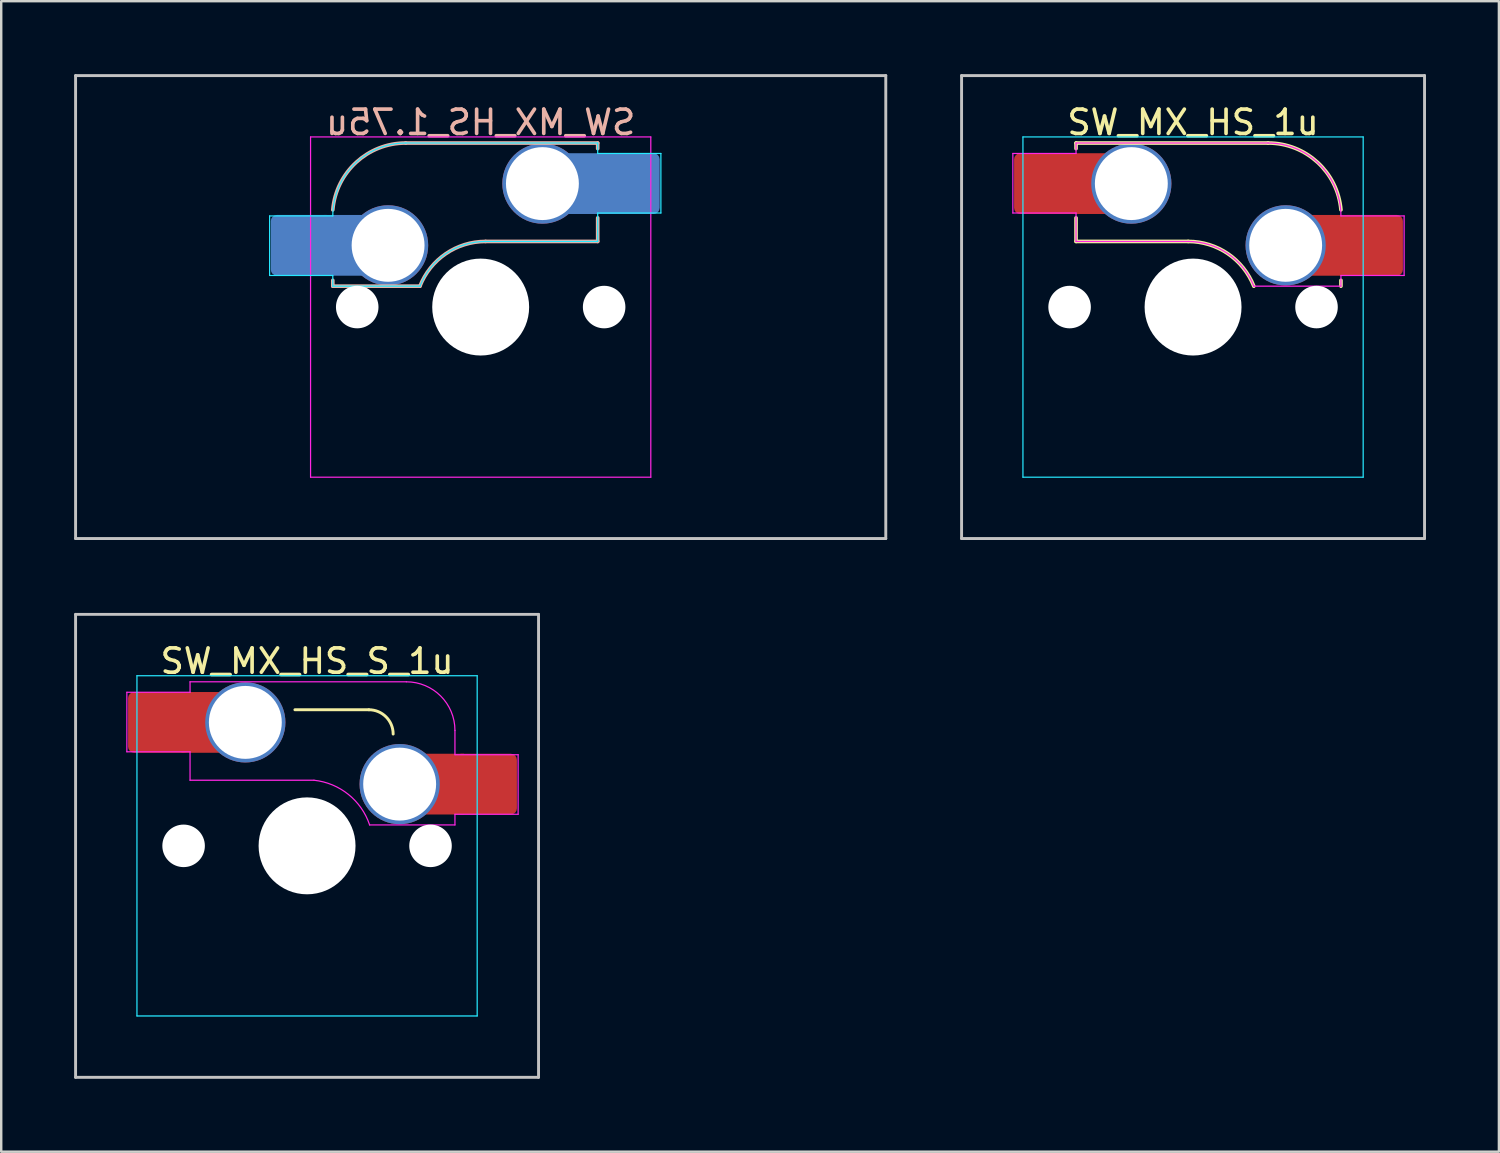
<source format=kicad_pcb>
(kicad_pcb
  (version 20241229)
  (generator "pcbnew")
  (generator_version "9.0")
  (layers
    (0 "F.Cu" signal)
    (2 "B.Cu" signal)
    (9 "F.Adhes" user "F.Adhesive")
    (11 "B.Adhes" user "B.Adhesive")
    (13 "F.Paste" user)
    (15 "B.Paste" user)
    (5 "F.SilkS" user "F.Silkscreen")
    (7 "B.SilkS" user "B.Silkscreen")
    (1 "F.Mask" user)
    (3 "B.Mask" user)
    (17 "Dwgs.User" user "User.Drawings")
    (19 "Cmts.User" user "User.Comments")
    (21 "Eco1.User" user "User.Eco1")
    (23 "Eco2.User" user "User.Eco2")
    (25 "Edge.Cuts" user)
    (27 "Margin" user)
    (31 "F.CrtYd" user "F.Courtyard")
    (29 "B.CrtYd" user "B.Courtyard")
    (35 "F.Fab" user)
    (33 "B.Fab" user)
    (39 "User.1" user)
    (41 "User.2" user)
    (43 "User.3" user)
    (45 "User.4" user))
  (footprint "SW_MX_HS_1.75u"
    (layer "F.Cu")
    (at 16.729 9.585)
    (property "Reference" "SW_MX_HS_1.75u" (at 0 -7.6 0) (layer "B.SilkS") (effects (font (size 1 1) (thickness 0.15)) (justify mirror)))
    (attr smd)
    (fp_line (start -6.085 -1.1) (end -6.085 -0.86) (stroke (width 0.15) (type solid)) (layer "B.SilkS"))
    (fp_line (start -6.085 -0.86) (end -2.499 -0.86) (stroke (width 0.15) (type solid)) (layer "B.SilkS"))
    (fp_line (start -3.085 -6.75) (end 4.815 -6.75) (stroke (width 0.15) (type solid)) (layer "B.SilkS"))
    (fp_line (start 4.815 -6.75) (end 4.815 -6.52) (stroke (width 0.15) (type solid)) (layer "B.SilkS"))
    (fp_line (start 4.815 -3.67) (end 4.815 -2.7) (stroke (width 0.15) (type solid)) (layer "B.SilkS"))
    (fp_line (start 4.815 -2.7) (end 0.2 -2.7) (stroke (width 0.15) (type solid)) (layer "B.SilkS"))
    (fp_arc (start -6.085 -4) (mid -5.119852 -5.958475) (end -3.085 -6.75) (stroke (width 0.15) (type solid)) (layer "B.SilkS"))
    (fp_arc (start -2.500062 -0.858143) (mid -1.434226 -2.195685) (end 0.2 -2.7) (stroke (width 0.15) (type solid)) (layer "B.SilkS"))
    (fp_line (start -16.669 -9.525) (end -16.669 9.525) (stroke (width 0.12) (type solid)) (layer "Dwgs.User"))
    (fp_line (start -16.669 9.525) (end 16.669 9.525) (stroke (width 0.12) (type solid)) (layer "Dwgs.User"))
    (fp_line (start 16.669 -9.525) (end -16.669 -9.525) (stroke (width 0.12) (type solid)) (layer "Dwgs.User"))
    (fp_line (start 16.669 9.525) (end 16.669 -9.525) (stroke (width 0.12) (type solid)) (layer "Dwgs.User"))
    (fp_line (start -7 6.5) (end -7 -6.5) (stroke (width 0.05) (type solid)) (layer "Eco2.User"))
    (fp_line (start -6.5 -7) (end 6.5 -7) (stroke (width 0.05) (type solid)) (layer "Eco2.User"))
    (fp_line (start 6.5 7) (end -6.5 7) (stroke (width 0.05) (type solid)) (layer "Eco2.User"))
    (fp_line (start 7 -6.5) (end 7 6.5) (stroke (width 0.05) (type solid)) (layer "Eco2.User"))
    (fp_arc (start -7 -6.5) (mid -6.853553 -6.853553) (end -6.5 -7) (stroke (width 0.05) (type solid)) (layer "Eco2.User"))
    (fp_arc (start -6.5 7) (mid -6.853553 6.853553) (end -7 6.5) (stroke (width 0.05) (type solid)) (layer "Eco2.User"))
    (fp_arc (start 6.5 -7) (mid 6.853553 -6.853553) (end 7 -6.5) (stroke (width 0.05) (type solid)) (layer "Eco2.User"))
    (fp_arc (start 6.997236 6.498884) (mid 6.850789 6.852437) (end 6.497236 6.998884) (stroke (width 0.05) (type solid)) (layer "Eco2.User"))
    (fp_line (start -8.685 -3.75) (end -8.685 -1.3) (stroke (width 0.05) (type solid)) (layer "B.CrtYd"))
    (fp_line (start -8.685 -1.3) (end -6.085 -1.3) (stroke (width 0.05) (type solid)) (layer "B.CrtYd"))
    (fp_line (start -6.085 -3.75) (end -8.685 -3.75) (stroke (width 0.05) (type solid)) (layer "B.CrtYd"))
    (fp_line (start -6.085 -1.3) (end -6.085 -0.86) (stroke (width 0.05) (type solid)) (layer "B.CrtYd"))
    (fp_line (start -6.085 -0.86) (end -2.499 -0.86) (stroke (width 0.05) (type solid)) (layer "B.CrtYd"))
    (fp_line (start -3.085 -6.75) (end 4.815 -6.75) (stroke (width 0.05) (type solid)) (layer "B.CrtYd"))
    (fp_line (start 4.815 -6.75) (end 4.815 -6.32) (stroke (width 0.05) (type solid)) (layer "B.CrtYd"))
    (fp_line (start 4.815 -3.87) (end 4.815 -2.7) (stroke (width 0.05) (type solid)) (layer "B.CrtYd"))
    (fp_line (start 4.815 -3.87) (end 7.415 -3.87) (stroke (width 0.05) (type solid)) (layer "B.CrtYd"))
    (fp_line (start 4.815 -2.7) (end 0.2 -2.7) (stroke (width 0.05) (type solid)) (layer "B.CrtYd"))
    (fp_line (start 7.415 -6.32) (end 4.815 -6.32) (stroke (width 0.05) (type solid)) (layer "B.CrtYd"))
    (fp_line (start 7.415 -3.87) (end 7.415 -6.32) (stroke (width 0.05) (type solid)) (layer "B.CrtYd"))
    (fp_arc (start -6.085 -3.75) (mid -5.20632 -5.87132) (end -3.085 -6.75) (stroke (width 0.05) (type solid)) (layer "B.CrtYd"))
    (fp_arc (start -2.500062 -0.858143) (mid -1.434226 -2.195685) (end 0.2 -2.7) (stroke (width 0.05) (type solid)) (layer "B.CrtYd"))
    (fp_line (start -7 -7) (end -7 7) (stroke (width 0.05) (type solid)) (layer "F.CrtYd"))
    (fp_line (start -7 7) (end 7 7) (stroke (width 0.05) (type solid)) (layer "F.CrtYd"))
    (fp_line (start 7 -7) (end -7 -7) (stroke (width 0.05) (type solid)) (layer "F.CrtYd"))
    (fp_line (start 7 7) (end 7 -7) (stroke (width 0.05) (type solid)) (layer "F.CrtYd"))
    (pad "" np_thru_hole circle (at -5.08 0) (size 1.75 1.75) (drill 1.75) (layers "*.Cu" "*.Mask"))
    (pad "" np_thru_hole circle (at 0 0) (size 3.988 3.988) (drill 3.988) (layers "*.Cu" "*.Mask"))
    (pad "" np_thru_hole circle (at 5.08 0) (size 1.75 1.75) (drill 1.75) (layers "*.Cu" "*.Mask"))
    (pad "1" smd roundrect (at -7.36 -2.54) (size 2.55 2.5) (layers "B.Cu" "B.Mask" "B.Paste") (roundrect_rratio 0.1))
    (pad "1" smd rect (at -5.635 -2.54 180) (size 1.65 2.5) (layers "B.Cu"))
    (pad "1" thru_hole circle (at -3.81 -2.54) (size 3.3 3.3) (drill 3) (layers "*.Cu"))
    (pad "2" thru_hole circle (at 2.54 -5.08) (size 3.3 3.3) (drill 3) (layers "*.Cu"))
    (pad "2" smd rect (at 4.34 -5.08) (size 1.65 2.5) (layers "B.Cu"))
    (pad "2" smd roundrect (at 6.09 -5.08) (size 2.55 2.5) (layers "B.Cu" "B.Mask" "B.Paste") (roundrect_rratio 0.1)))
  (footprint "SW_MX_HS_1u"
    (layer "F.Cu")
    (at 46.042 9.585)
    (property "Reference" "SW_MX_HS_1u" (at 0 -7.6 0) (layer "F.SilkS") (effects (font (size 1 1) (thickness 0.15))))
    (attr smd)
    (fp_line (start -4.815 -6.75) (end -4.815 -6.52) (stroke (width 0.15) (type solid)) (layer "F.SilkS"))
    (fp_line (start -4.815 -3.67) (end -4.815 -2.7) (stroke (width 0.15) (type solid)) (layer "F.SilkS"))
    (fp_line (start -4.815 -2.7) (end -0.2 -2.7) (stroke (width 0.15) (type solid)) (layer "F.SilkS"))
    (fp_line (start 3.085 -6.75) (end -4.815 -6.75) (stroke (width 0.15) (type solid)) (layer "F.SilkS"))
    (fp_line (start 6.085 -1.1) (end 6.085 -0.86) (stroke (width 0.15) (type solid)) (layer "F.SilkS"))
    (fp_arc (start -0.2 -2.7) (mid 1.434225 -2.195685) (end 2.500062 -0.858143) (stroke (width 0.15) (type solid)) (layer "F.SilkS"))
    (fp_arc (start 3.085 -6.75) (mid 5.119852 -5.958475) (end 6.085 -4) (stroke (width 0.15) (type solid)) (layer "F.SilkS"))
    (fp_line (start -9.525 -9.525) (end 9.525 -9.525) (stroke (width 0.12) (type solid)) (layer "Dwgs.User"))
    (fp_line (start -9.525 9.525) (end -9.525 -9.525) (stroke (width 0.12) (type solid)) (layer "Dwgs.User"))
    (fp_line (start 9.525 -9.525) (end 9.525 9.525) (stroke (width 0.12) (type solid)) (layer "Dwgs.User"))
    (fp_line (start 9.525 9.525) (end -9.525 9.525) (stroke (width 0.12) (type solid)) (layer "Dwgs.User"))
    (fp_line (start -7 -6.5) (end -7 6.5) (stroke (width 0.05) (type solid)) (layer "Eco2.User"))
    (fp_line (start -6.5 7) (end 6.5 7) (stroke (width 0.05) (type solid)) (layer "Eco2.User"))
    (fp_line (start 6.5 -7) (end -6.5 -7) (stroke (width 0.05) (type solid)) (layer "Eco2.User"))
    (fp_line (start 7 6.5) (end 7 -6.5) (stroke (width 0.05) (type solid)) (layer "Eco2.User"))
    (fp_arc (start -7 -6.5) (mid -6.853553 -6.853553) (end -6.5 -7) (stroke (width 0.05) (type solid)) (layer "Eco2.User"))
    (fp_arc (start -6.497236 6.998884) (mid -6.850789 6.852437) (end -6.997236 6.498884) (stroke (width 0.05) (type solid)) (layer "Eco2.User"))
    (fp_arc (start 6.5 -7) (mid 6.853553 -6.853553) (end 7 -6.5) (stroke (width 0.05) (type solid)) (layer "Eco2.User"))
    (fp_arc (start 7 6.5) (mid 6.853553 6.853553) (end 6.5 7) (stroke (width 0.05) (type solid)) (layer "Eco2.User"))
    (fp_line (start -7 -7) (end 7 -7) (stroke (width 0.05) (type solid)) (layer "B.CrtYd"))
    (fp_line (start -7 7) (end -7 -7) (stroke (width 0.05) (type solid)) (layer "B.CrtYd"))
    (fp_line (start 7 -7) (end 7 7) (stroke (width 0.05) (type solid)) (layer "B.CrtYd"))
    (fp_line (start 7 7) (end -7 7) (stroke (width 0.05) (type solid)) (layer "B.CrtYd"))
    (fp_line (start -7.415 -6.32) (end -4.815 -6.32) (stroke (width 0.05) (type solid)) (layer "F.CrtYd"))
    (fp_line (start -7.415 -3.87) (end -7.415 -6.32) (stroke (width 0.05) (type solid)) (layer "F.CrtYd"))
    (fp_line (start -4.815 -6.75) (end -4.815 -6.32) (stroke (width 0.05) (type solid)) (layer "F.CrtYd"))
    (fp_line (start -4.815 -3.87) (end -7.415 -3.87) (stroke (width 0.05) (type solid)) (layer "F.CrtYd"))
    (fp_line (start -4.815 -3.87) (end -4.815 -2.7) (stroke (width 0.05) (type solid)) (layer "F.CrtYd"))
    (fp_line (start -4.815 -2.7) (end -0.2 -2.7) (stroke (width 0.05) (type solid)) (layer "F.CrtYd"))
    (fp_line (start 3.085 -6.75) (end -4.815 -6.75) (stroke (width 0.05) (type solid)) (layer "F.CrtYd"))
    (fp_line (start 6.085 -3.75) (end 8.685 -3.75) (stroke (width 0.05) (type solid)) (layer "F.CrtYd"))
    (fp_line (start 6.085 -1.3) (end 6.085 -0.86) (stroke (width 0.05) (type solid)) (layer "F.CrtYd"))
    (fp_line (start 6.085 -0.86) (end 2.499 -0.86) (stroke (width 0.05) (type solid)) (layer "F.CrtYd"))
    (fp_line (start 8.685 -3.75) (end 8.685 -1.3) (stroke (width 0.05) (type solid)) (layer "F.CrtYd"))
    (fp_line (start 8.685 -1.3) (end 6.085 -1.3) (stroke (width 0.05) (type solid)) (layer "F.CrtYd"))
    (fp_arc (start -0.2 -2.7) (mid 1.434225 -2.195685) (end 2.500062 -0.858143) (stroke (width 0.05) (type solid)) (layer "F.CrtYd"))
    (fp_arc (start 3.085 -6.75) (mid 5.20632 -5.87132) (end 6.085 -3.75) (stroke (width 0.05) (type solid)) (layer "F.CrtYd"))
    (pad "" np_thru_hole circle (at -5.08 0) (size 1.75 1.75) (drill 1.75) (layers "*.Cu" "*.Mask"))
    (pad "" np_thru_hole circle (at 0 0) (size 3.988 3.988) (drill 3.988) (layers "*.Cu" "*.Mask"))
    (pad "" np_thru_hole circle (at 5.08 0) (size 1.75 1.75) (drill 1.75) (layers "*.Cu" "*.Mask"))
    (pad "1" thru_hole circle (at 3.81 -2.54) (size 3.3 3.3) (drill 3) (layers "*.Cu"))
    (pad "1" smd rect (at 5.635 -2.54 180) (size 1.65 2.5) (layers "F.Cu"))
    (pad "1" smd roundrect (at 7.36 -2.54) (size 2.55 2.5) (layers "F.Cu" "F.Mask" "F.Paste") (roundrect_rratio 0.1))
    (pad "2" smd roundrect (at -6.09 -5.08) (size 2.55 2.5) (layers "F.Cu" "F.Mask" "F.Paste") (roundrect_rratio 0.1))
    (pad "2" smd rect (at -4.34 -5.08) (size 1.65 2.5) (layers "F.Cu"))
    (pad "2" thru_hole circle (at -2.54 -5.08) (size 3.3 3.3) (drill 3) (layers "*.Cu")))
  (footprint "SW_MX_HS_S_1u"
    (layer "F.Cu")
    (at 9.585 31.755)
    (property "Reference" "SW_MX_HS_S_1u" (at 0 -7.6 0) (layer "F.SilkS") (effects (font (size 1 1) (thickness 0.15))))
    (attr smd)
    (fp_line (start -0.5 -5.6) (end 2.543 -5.6) (stroke (width 0.12) (type solid)) (layer "F.SilkS"))
    (fp_arc (start 2.542893 -5.6) (mid 3.25 -5.307107) (end 3.542893 -4.6) (stroke (width 0.12) (type solid)) (layer "F.SilkS"))
    (fp_line (start -9.525 -9.525) (end 9.525 -9.525) (stroke (width 0.12) (type solid)) (layer "Dwgs.User"))
    (fp_line (start -9.525 9.525) (end -9.525 -9.525) (stroke (width 0.12) (type solid)) (layer "Dwgs.User"))
    (fp_line (start 9.525 -9.525) (end 9.525 9.525) (stroke (width 0.12) (type solid)) (layer "Dwgs.User"))
    (fp_line (start 9.525 9.525) (end -9.525 9.525) (stroke (width 0.12) (type solid)) (layer "Dwgs.User"))
    (fp_line (start -7 -6.5) (end -7 6.5) (stroke (width 0.05) (type solid)) (layer "Eco2.User"))
    (fp_line (start -6.5 7) (end 6.5 7) (stroke (width 0.05) (type solid)) (layer "Eco2.User"))
    (fp_line (start 6.5 -7) (end -6.5 -7) (stroke (width 0.05) (type solid)) (layer "Eco2.User"))
    (fp_line (start 7 6.5) (end 7 -6.5) (stroke (width 0.05) (type solid)) (layer "Eco2.User"))
    (fp_arc (start -7 -6.5) (mid -6.853553 -6.853553) (end -6.5 -7) (stroke (width 0.05) (type solid)) (layer "Eco2.User"))
    (fp_arc (start -6.497236 6.998884) (mid -6.850789 6.852437) (end -6.997236 6.498884) (stroke (width 0.05) (type solid)) (layer "Eco2.User"))
    (fp_arc (start 6.5 -7) (mid 6.853553 -6.853553) (end 7 -6.5) (stroke (width 0.05) (type solid)) (layer "Eco2.User"))
    (fp_arc (start 7 6.5) (mid 6.853553 6.853553) (end 6.5 7) (stroke (width 0.05) (type solid)) (layer "Eco2.User"))
    (fp_line (start -7 -7) (end 7 -7) (stroke (width 0.05) (type solid)) (layer "B.CrtYd"))
    (fp_line (start -7 7) (end -7 -7) (stroke (width 0.05) (type solid)) (layer "B.CrtYd"))
    (fp_line (start 7 -7) (end 7 7) (stroke (width 0.05) (type solid)) (layer "B.CrtYd"))
    (fp_line (start 7 7) (end -7 7) (stroke (width 0.05) (type solid)) (layer "B.CrtYd"))
    (fp_line (start -7.415 -6.32) (end -4.815 -6.32) (stroke (width 0.05) (type solid)) (layer "F.CrtYd"))
    (fp_line (start -7.415 -3.87) (end -7.415 -6.32) (stroke (width 0.05) (type solid)) (layer "F.CrtYd"))
    (fp_line (start -4.815 -6.75) (end -4.815 -6.32) (stroke (width 0.05) (type solid)) (layer "F.CrtYd"))
    (fp_line (start -4.815 -3.87) (end -7.415 -3.87) (stroke (width 0.05) (type solid)) (layer "F.CrtYd"))
    (fp_line (start -4.815 -3.87) (end -4.815 -2.7) (stroke (width 0.05) (type solid)) (layer "F.CrtYd"))
    (fp_line (start -4.815 -2.7) (end 0.285 -2.7) (stroke (width 0.05) (type solid)) (layer "F.CrtYd"))
    (fp_line (start 4.085 -6.75) (end -4.815 -6.75) (stroke (width 0.05) (type solid)) (layer "F.CrtYd"))
    (fp_line (start 6.085 -3.75) (end 6.085 -4.75) (stroke (width 0.05) (type solid)) (layer "F.CrtYd"))
    (fp_line (start 6.085 -3.75) (end 8.685 -3.75) (stroke (width 0.05) (type solid)) (layer "F.CrtYd"))
    (fp_line (start 6.085 -1.3) (end 6.085 -0.86) (stroke (width 0.05) (type solid)) (layer "F.CrtYd"))
    (fp_line (start 6.085 -0.86) (end 2.575 -0.86) (stroke (width 0.05) (type solid)) (layer "F.CrtYd"))
    (fp_line (start 8.685 -3.75) (end 8.685 -1.3) (stroke (width 0.05) (type solid)) (layer "F.CrtYd"))
    (fp_line (start 8.685 -1.3) (end 6.085 -1.3) (stroke (width 0.05) (type solid)) (layer "F.CrtYd"))
    (fp_arc (start 0.285 -2.7) (mid 1.700451 -2.116439) (end 2.575 -0.859773) (stroke (width 0.05) (type solid)) (layer "F.CrtYd"))
    (fp_arc (start 4.085 -6.75) (mid 5.499214 -6.164214) (end 6.085 -4.75) (stroke (width 0.05) (type solid)) (layer "F.CrtYd"))
    (pad "" np_thru_hole circle (at -5.08 0) (size 1.75 1.75) (drill 1.75) (layers "*.Cu" "*.Mask"))
    (pad "" np_thru_hole circle (at 0 0) (size 3.988 3.988) (drill 3.988) (layers "*.Cu" "*.Mask"))
    (pad "" np_thru_hole circle (at 5.08 0) (size 1.75 1.75) (drill 1.75) (layers "*.Cu" "*.Mask"))
    (pad "1" thru_hole circle (at 3.81 -2.54) (size 3.3 3.3) (drill 3) (layers "*.Cu" "*.Mask"))
    (pad "1" smd rect (at 5.635 -2.54 180) (size 1.65 2.5) (layers "F.Cu"))
    (pad "1" smd roundrect (at 7.36 -2.54) (size 2.55 2.5) (layers "F.Cu" "F.Mask" "F.Paste") (roundrect_rratio 0.1))
    (pad "2" smd roundrect (at -6.09 -5.08) (size 2.55 2.5) (layers "F.Cu" "F.Mask" "F.Paste") (roundrect_rratio 0.1))
    (pad "2" smd rect (at -4.34 -5.08) (size 1.65 2.5) (layers "F.Cu"))
    (pad "2" thru_hole circle (at -2.54 -5.08) (size 3.3 3.3) (drill 3) (layers "*.Cu" "*.Mask")))
  (gr_rect
    (start -3 -3)
    (end 58.627 44.34)
    (stroke (width 0.1) (type default))
    (fill no)
    (layer "Edge.Cuts")))
</source>
